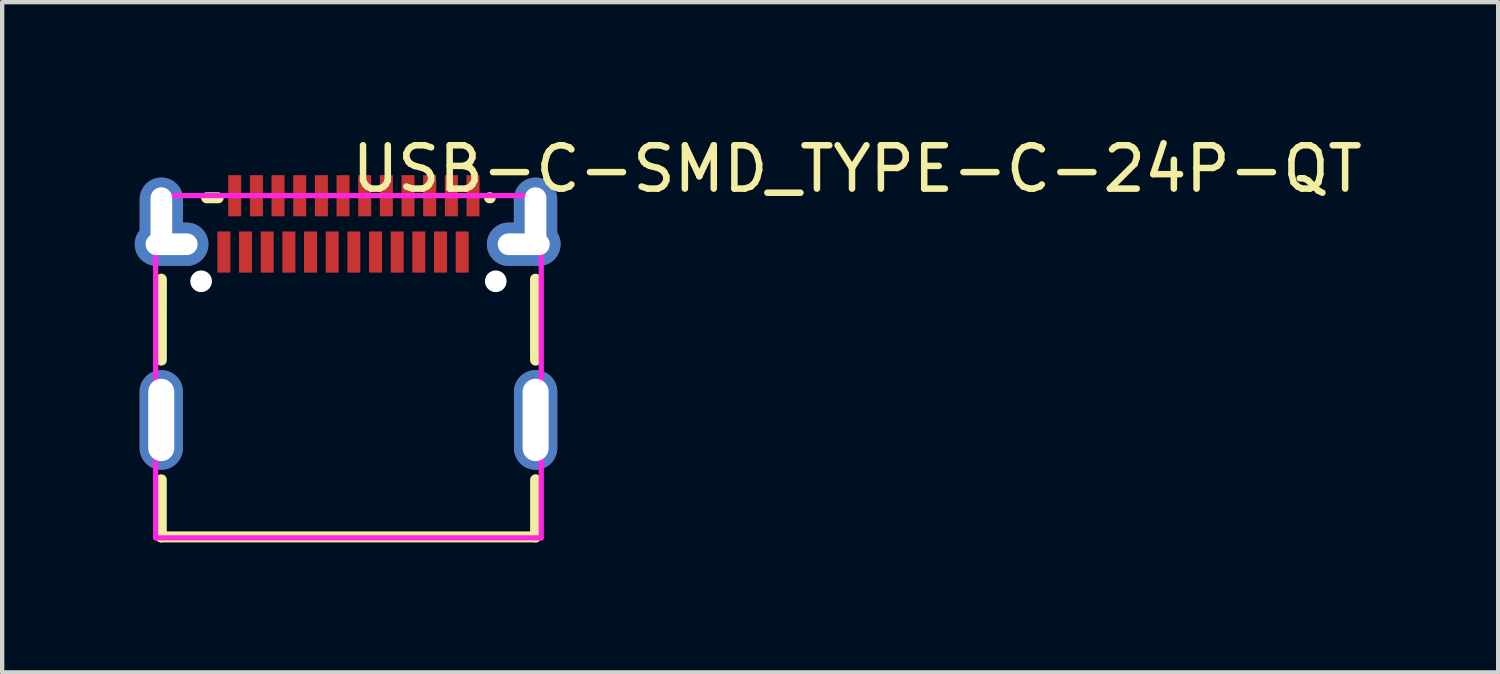
<source format=kicad_pcb>
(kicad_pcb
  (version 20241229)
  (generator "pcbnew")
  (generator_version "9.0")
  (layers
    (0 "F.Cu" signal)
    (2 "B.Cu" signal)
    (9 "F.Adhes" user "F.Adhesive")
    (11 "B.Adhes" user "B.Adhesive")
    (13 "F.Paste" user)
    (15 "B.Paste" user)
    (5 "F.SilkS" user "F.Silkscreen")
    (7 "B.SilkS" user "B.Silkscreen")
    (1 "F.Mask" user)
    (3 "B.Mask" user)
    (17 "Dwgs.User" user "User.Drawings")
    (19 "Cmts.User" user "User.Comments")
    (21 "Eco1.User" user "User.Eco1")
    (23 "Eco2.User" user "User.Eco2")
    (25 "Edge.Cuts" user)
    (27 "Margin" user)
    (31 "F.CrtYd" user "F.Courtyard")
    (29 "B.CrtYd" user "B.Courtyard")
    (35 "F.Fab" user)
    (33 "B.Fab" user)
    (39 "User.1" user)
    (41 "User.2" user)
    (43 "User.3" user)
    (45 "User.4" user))
  (footprint "USB-C-SMD_TYPE-C-24P-QT"
    (layer "F.Cu")
    (at 4.992 4.055)
    (property "Reference" "USB-C-SMD_TYPE-C-24P-QT" (at 0 -3.207 0) (layer "F.SilkS") (effects (font (size 1 1) (thickness 0.15)) (justify left)))
    (attr through_hole)
    (fp_line (start -4.32 5.287) (end -4.32 3.969) (stroke (width 0.254) (type solid)) (layer "F.SilkS"))
    (fp_line (start -4.319 1.206) (end -4.318 -0.662) (stroke (width 0.254) (type solid)) (layer "F.SilkS"))
    (fp_line (start -3.273 -2.54) (end -3.006 -2.54) (stroke (width 0.254) (type solid)) (layer "F.SilkS"))
    (fp_line (start 3.256 -2.54) (end 3.273 -2.54) (stroke (width 0.254) (type solid)) (layer "F.SilkS"))
    (fp_line (start 4.319 1.206) (end 4.318 -0.661) (stroke (width 0.254) (type solid)) (layer "F.SilkS"))
    (fp_line (start 4.32 5.287) (end -4.32 5.287) (stroke (width 0.254) (type solid)) (layer "F.SilkS"))
    (fp_line (start 4.32 5.287) (end 4.32 3.969) (stroke (width 0.254) (type solid)) (layer "F.SilkS"))
    (fp_poly (pts (xy -3.025 -1.763) (xy -2.725 -1.763) (xy -2.725 -0.813) (xy -3.025 -0.813)) (stroke (width 0.12) (type solid)) (fill yes) (layer "F.Paste"))
    (fp_poly (pts (xy -2.775 -3.063) (xy -2.475 -3.063) (xy -2.475 -2.113) (xy -2.775 -2.113)) (stroke (width 0.12) (type solid)) (fill yes) (layer "F.Paste"))
    (fp_poly (pts (xy -2.525 -1.763) (xy -2.225 -1.763) (xy -2.225 -0.813) (xy -2.525 -0.813)) (stroke (width 0.12) (type solid)) (fill yes) (layer "F.Paste"))
    (fp_poly (pts (xy -2.275 -3.063) (xy -1.975 -3.063) (xy -1.975 -2.113) (xy -2.275 -2.113)) (stroke (width 0.12) (type solid)) (fill yes) (layer "F.Paste"))
    (fp_poly (pts (xy -2.025 -1.763) (xy -1.725 -1.763) (xy -1.725 -0.813) (xy -2.025 -0.813)) (stroke (width 0.12) (type solid)) (fill yes) (layer "F.Paste"))
    (fp_poly (pts (xy -1.775 -3.063) (xy -1.475 -3.063) (xy -1.475 -2.113) (xy -1.775 -2.113)) (stroke (width 0.12) (type solid)) (fill yes) (layer "F.Paste"))
    (fp_poly (pts (xy -1.525 -1.763) (xy -1.225 -1.763) (xy -1.225 -0.813) (xy -1.525 -0.813)) (stroke (width 0.12) (type solid)) (fill yes) (layer "F.Paste"))
    (fp_poly (pts (xy -1.275 -3.063) (xy -0.975 -3.063) (xy -0.975 -2.113) (xy -1.275 -2.113)) (stroke (width 0.12) (type solid)) (fill yes) (layer "F.Paste"))
    (fp_poly (pts (xy -1.025 -1.763) (xy -0.725 -1.763) (xy -0.725 -0.813) (xy -1.025 -0.813)) (stroke (width 0.12) (type solid)) (fill yes) (layer "F.Paste"))
    (fp_poly (pts (xy -0.775 -3.063) (xy -0.475 -3.063) (xy -0.475 -2.113) (xy -0.775 -2.113)) (stroke (width 0.12) (type solid)) (fill yes) (layer "F.Paste"))
    (fp_poly (pts (xy -0.525 -1.763) (xy -0.225 -1.763) (xy -0.225 -0.813) (xy -0.525 -0.813)) (stroke (width 0.12) (type solid)) (fill yes) (layer "F.Paste"))
    (fp_poly (pts (xy -0.275 -3.063) (xy 0.025 -3.063) (xy 0.025 -2.113) (xy -0.275 -2.113)) (stroke (width 0.12) (type solid)) (fill yes) (layer "F.Paste"))
    (fp_poly (pts (xy -0.025 -1.763) (xy 0.275 -1.763) (xy 0.275 -0.813) (xy -0.025 -0.813)) (stroke (width 0.12) (type solid)) (fill yes) (layer "F.Paste"))
    (fp_poly (pts (xy 0.225 -3.063) (xy 0.525 -3.063) (xy 0.525 -2.113) (xy 0.225 -2.113)) (stroke (width 0.12) (type solid)) (fill yes) (layer "F.Paste"))
    (fp_poly (pts (xy 0.475 -1.763) (xy 0.775 -1.763) (xy 0.775 -0.813) (xy 0.475 -0.813)) (stroke (width 0.12) (type solid)) (fill yes) (layer "F.Paste"))
    (fp_poly (pts (xy 0.725 -3.063) (xy 1.025 -3.063) (xy 1.025 -2.113) (xy 0.725 -2.113)) (stroke (width 0.12) (type solid)) (fill yes) (layer "F.Paste"))
    (fp_poly (pts (xy 0.975 -1.763) (xy 1.275 -1.763) (xy 1.275 -0.813) (xy 0.975 -0.813)) (stroke (width 0.12) (type solid)) (fill yes) (layer "F.Paste"))
    (fp_poly (pts (xy 1.225 -3.063) (xy 1.525 -3.063) (xy 1.525 -2.113) (xy 1.225 -2.113)) (stroke (width 0.12) (type solid)) (fill yes) (layer "F.Paste"))
    (fp_poly (pts (xy 1.475 -1.763) (xy 1.775 -1.763) (xy 1.775 -0.813) (xy 1.475 -0.813)) (stroke (width 0.12) (type solid)) (fill yes) (layer "F.Paste"))
    (fp_poly (pts (xy 1.725 -3.063) (xy 2.025 -3.063) (xy 2.025 -2.113) (xy 1.725 -2.113)) (stroke (width 0.12) (type solid)) (fill yes) (layer "F.Paste"))
    (fp_poly (pts (xy 1.975 -1.763) (xy 2.275 -1.763) (xy 2.275 -0.813) (xy 1.975 -0.813)) (stroke (width 0.12) (type solid)) (fill yes) (layer "F.Paste"))
    (fp_poly (pts (xy 2.225 -3.063) (xy 2.525 -3.063) (xy 2.525 -2.113) (xy 2.225 -2.113)) (stroke (width 0.12) (type solid)) (fill yes) (layer "F.Paste"))
    (fp_poly (pts (xy 2.475 -1.763) (xy 2.775 -1.763) (xy 2.775 -0.813) (xy 2.475 -0.813)) (stroke (width 0.12) (type solid)) (fill yes) (layer "F.Paste"))
    (fp_poly (pts (xy 2.725 -3.063) (xy 3.025 -3.063) (xy 3.025 -2.113) (xy 2.725 -2.113)) (stroke (width 0.12) (type solid)) (fill yes) (layer "F.Paste"))
    (fp_poly (pts (xy -4.333 1.438) (xy -4.357 1.439) (xy -4.382 1.441) (xy -4.407 1.445) (xy -4.431 1.45) (xy -4.455 1.456) (xy -4.479 1.464) (xy -4.503 1.472) (xy -4.526 1.482) (xy -4.548 1.493) (xy -4.57 1.504) (xy -4.591 1.517) (xy -4.612 1.532) (xy -4.632 1.547) (xy -4.651 1.563) (xy -4.669 1.58) (xy -4.687 1.597) (xy -4.703 1.616) (xy -4.719 1.636) (xy -4.733 1.656) (xy -4.747 1.677) (xy -4.759 1.698) (xy -4.771 1.721) (xy -4.781 1.743) (xy -4.79 1.766) (xy -4.798 1.79) (xy -4.805 1.814) (xy -4.81 1.838) (xy -4.814 1.863) (xy -4.818 1.888) (xy -4.819 1.913) (xy -4.82 1.938) (xy -4.82 3.238) (xy -4.819 3.262) (xy -4.818 3.287) (xy -4.814 3.312) (xy -4.81 3.337) (xy -4.805 3.361) (xy -4.798 3.385) (xy -4.79 3.409) (xy -4.781 3.432) (xy -4.771 3.454) (xy -4.759 3.477) (xy -4.747 3.498) (xy -4.733 3.519) (xy -4.719 3.539) (xy -4.703 3.559) (xy -4.687 3.578) (xy -4.669 3.595) (xy -4.651 3.612) (xy -4.632 3.628) (xy -4.612 3.643) (xy -4.591 3.658) (xy -4.57 3.671) (xy -4.548 3.682) (xy -4.526 3.693) (xy -4.503 3.703) (xy -4.479 3.711) (xy -4.455 3.719) (xy -4.431 3.725) (xy -4.407 3.73) (xy -4.382 3.734) (xy -4.357 3.736) (xy -4.333 3.737) (xy -4.308 3.737) (xy -4.283 3.736) (xy -4.258 3.734) (xy -4.233 3.73) (xy -4.209 3.725) (xy -4.185 3.719) (xy -4.161 3.711) (xy -4.137 3.703) (xy -4.114 3.693) (xy -4.092 3.682) (xy -4.07 3.671) (xy -4.049 3.658) (xy -4.028 3.643) (xy -4.008 3.628) (xy -3.989 3.612) (xy -3.971 3.595) (xy -3.954 3.578) (xy -3.937 3.559) (xy -3.921 3.539) (xy -3.907 3.519) (xy -3.893 3.498) (xy -3.881 3.477) (xy -3.87 3.454) (xy -3.859 3.432) (xy -3.85 3.409) (xy -3.842 3.385) (xy -3.836 3.361) (xy -3.83 3.337) (xy -3.826 3.312) (xy -3.823 3.287) (xy -3.821 3.262) (xy -3.82 3.238) (xy -3.82 1.938) (xy -3.821 1.913) (xy -3.823 1.888) (xy -3.826 1.863) (xy -3.83 1.838) (xy -3.836 1.814) (xy -3.842 1.79) (xy -3.85 1.766) (xy -3.859 1.743) (xy -3.87 1.721) (xy -3.881 1.698) (xy -3.893 1.677) (xy -3.907 1.656) (xy -3.921 1.636) (xy -3.937 1.616) (xy -3.954 1.597) (xy -3.971 1.58) (xy -3.989 1.563) (xy -4.008 1.547) (xy -4.028 1.532) (xy -4.049 1.517) (xy -4.07 1.504) (xy -4.092 1.493) (xy -4.114 1.482) (xy -4.137 1.472) (xy -4.161 1.464) (xy -4.185 1.456) (xy -4.209 1.45) (xy -4.233 1.445) (xy -4.258 1.441) (xy -4.283 1.439) (xy -4.308 1.438)) (stroke (width 0.12) (type solid)) (fill yes) (layer "F.Paste"))
    (fp_poly (pts (xy 4.357 1.439) (xy 4.333 1.438) (xy 4.308 1.438) (xy 4.283 1.439) (xy 4.258 1.441) (xy 4.233 1.445) (xy 4.209 1.45) (xy 4.185 1.456) (xy 4.161 1.464) (xy 4.137 1.472) (xy 4.114 1.482) (xy 4.092 1.493) (xy 4.07 1.504) (xy 4.049 1.517) (xy 4.028 1.532) (xy 4.008 1.547) (xy 3.989 1.563) (xy 3.971 1.58) (xy 3.954 1.597) (xy 3.937 1.616) (xy 3.921 1.636) (xy 3.907 1.656) (xy 3.893 1.677) (xy 3.881 1.698) (xy 3.87 1.721) (xy 3.859 1.743) (xy 3.85 1.766) (xy 3.842 1.79) (xy 3.836 1.814) (xy 3.83 1.838) (xy 3.826 1.863) (xy 3.823 1.888) (xy 3.821 1.913) (xy 3.82 1.938) (xy 3.82 3.238) (xy 3.821 3.262) (xy 3.823 3.287) (xy 3.826 3.312) (xy 3.83 3.337) (xy 3.836 3.361) (xy 3.842 3.385) (xy 3.85 3.409) (xy 3.859 3.432) (xy 3.87 3.454) (xy 3.881 3.477) (xy 3.893 3.498) (xy 3.907 3.519) (xy 3.921 3.539) (xy 3.937 3.559) (xy 3.954 3.578) (xy 3.971 3.595) (xy 3.989 3.612) (xy 4.008 3.628) (xy 4.028 3.643) (xy 4.049 3.658) (xy 4.07 3.671) (xy 4.092 3.682) (xy 4.114 3.693) (xy 4.137 3.703) (xy 4.161 3.711) (xy 4.185 3.719) (xy 4.209 3.725) (xy 4.233 3.73) (xy 4.258 3.734) (xy 4.283 3.736) (xy 4.308 3.737) (xy 4.333 3.737) (xy 4.357 3.736) (xy 4.382 3.734) (xy 4.407 3.73) (xy 4.431 3.725) (xy 4.455 3.719) (xy 4.479 3.711) (xy 4.503 3.703) (xy 4.526 3.693) (xy 4.548 3.682) (xy 4.57 3.671) (xy 4.591 3.658) (xy 4.612 3.643) (xy 4.632 3.628) (xy 4.651 3.612) (xy 4.669 3.595) (xy 4.687 3.578) (xy 4.703 3.559) (xy 4.719 3.539) (xy 4.733 3.519) (xy 4.747 3.498) (xy 4.759 3.477) (xy 4.771 3.454) (xy 4.781 3.432) (xy 4.79 3.409) (xy 4.798 3.385) (xy 4.805 3.361) (xy 4.81 3.337) (xy 4.814 3.312) (xy 4.818 3.287) (xy 4.819 3.262) (xy 4.82 3.238) (xy 4.82 1.938) (xy 4.819 1.913) (xy 4.818 1.888) (xy 4.814 1.863) (xy 4.81 1.838) (xy 4.805 1.814) (xy 4.798 1.79) (xy 4.79 1.766) (xy 4.781 1.743) (xy 4.771 1.721) (xy 4.759 1.698) (xy 4.747 1.677) (xy 4.733 1.656) (xy 4.719 1.636) (xy 4.703 1.616) (xy 4.687 1.597) (xy 4.669 1.58) (xy 4.651 1.563) (xy 4.632 1.547) (xy 4.612 1.532) (xy 4.591 1.517) (xy 4.57 1.504) (xy 4.548 1.493) (xy 4.526 1.482) (xy 4.503 1.472) (xy 4.479 1.464) (xy 4.455 1.456) (xy 4.431 1.45) (xy 4.407 1.445) (xy 4.382 1.441)) (stroke (width 0.12) (type solid)) (fill yes) (layer "F.Paste"))
    (fp_poly (pts (xy 4.355 -3.006) (xy 4.33 -3.007) (xy 4.306 -3.007) (xy 4.281 -3.006) (xy 4.256 -3.003) (xy 4.231 -2.999) (xy 4.207 -2.994) (xy 4.183 -2.988) (xy 4.159 -2.981) (xy 4.135 -2.972) (xy 4.112 -2.963) (xy 4.09 -2.952) (xy 4.068 -2.94) (xy 4.047 -2.927) (xy 4.026 -2.913) (xy 4.006 -2.898) (xy 3.987 -2.882) (xy 3.969 -2.865) (xy 3.951 -2.847) (xy 3.935 -2.828) (xy 3.919 -2.809) (xy 3.905 -2.789) (xy 3.891 -2.768) (xy 3.879 -2.746) (xy 3.868 -2.724) (xy 3.857 -2.701) (xy 3.848 -2.678) (xy 3.84 -2.654) (xy 3.833 -2.63) (xy 3.828 -2.606) (xy 3.824 -2.582) (xy 3.82 -2.557) (xy 3.819 -2.532) (xy 3.818 -2.507) (xy 3.818 -1.968) (xy 3.696 -1.968) (xy 3.671 -1.968) (xy 3.646 -1.966) (xy 3.622 -1.963) (xy 3.597 -1.958) (xy 3.573 -1.953) (xy 3.549 -1.946) (xy 3.525 -1.938) (xy 3.502 -1.929) (xy 3.479 -1.919) (xy 3.457 -1.907) (xy 3.436 -1.895) (xy 3.415 -1.881) (xy 3.394 -1.867) (xy 3.375 -1.851) (xy 3.356 -1.835) (xy 3.338 -1.817) (xy 3.321 -1.799) (xy 3.305 -1.78) (xy 3.29 -1.76) (xy 3.276 -1.739) (xy 3.263 -1.718) (xy 3.251 -1.696) (xy 3.24 -1.674) (xy 3.231 -1.651) (xy 3.222 -1.627) (xy 3.215 -1.604) (xy 3.209 -1.579) (xy 3.204 -1.555) (xy 3.2 -1.53) (xy 3.198 -1.505) (xy 3.196 -1.481) (xy 3.196 -1.456) (xy 3.198 -1.431) (xy 3.2 -1.406) (xy 3.204 -1.381) (xy 3.209 -1.357) (xy 3.215 -1.333) (xy 3.222 -1.309) (xy 3.231 -1.285) (xy 3.24 -1.262) (xy 3.251 -1.24) (xy 3.263 -1.218) (xy 3.276 -1.197) (xy 3.29 -1.176) (xy 3.305 -1.156) (xy 3.321 -1.137) (xy 3.338 -1.119) (xy 3.356 -1.102) (xy 3.375 -1.085) (xy 3.394 -1.07) (xy 3.415 -1.055) (xy 3.436 -1.041) (xy 3.457 -1.029) (xy 3.479 -1.018) (xy 3.502 -1.007) (xy 3.525 -0.998) (xy 3.549 -0.99) (xy 3.573 -0.984) (xy 3.597 -0.978) (xy 3.622 -0.974) (xy 3.646 -0.971) (xy 3.671 -0.969) (xy 3.696 -0.968) (xy 4.396 -0.968) (xy 4.421 -0.969) (xy 4.446 -0.971) (xy 4.471 -0.974) (xy 4.495 -0.978) (xy 4.52 -0.984) (xy 4.544 -0.99) (xy 4.567 -0.998) (xy 4.59 -1.007) (xy 4.613 -1.018) (xy 4.635 -1.029) (xy 4.657 -1.041) (xy 4.678 -1.055) (xy 4.698 -1.07) (xy 4.718 -1.085) (xy 4.736 -1.102) (xy 4.754 -1.119) (xy 4.771 -1.137) (xy 4.787 -1.156) (xy 4.802 -1.176) (xy 4.816 -1.197) (xy 4.829 -1.218) (xy 4.841 -1.24) (xy 4.852 -1.262) (xy 4.862 -1.285) (xy 4.87 -1.309) (xy 4.878 -1.333) (xy 4.884 -1.357) (xy 4.889 -1.381) (xy 4.892 -1.406) (xy 4.895 -1.431) (xy 4.896 -1.456) (xy 4.896 -1.481) (xy 4.895 -1.505) (xy 4.892 -1.53) (xy 4.889 -1.555) (xy 4.884 -1.579) (xy 4.878 -1.604) (xy 4.87 -1.627) (xy 4.862 -1.651) (xy 4.852 -1.674) (xy 4.841 -1.696) (xy 4.829 -1.718) (xy 4.818 -1.737) (xy 4.818 -2.507) (xy 4.817 -2.532) (xy 4.816 -2.557) (xy 4.812 -2.582) (xy 4.808 -2.606) (xy 4.803 -2.63) (xy 4.796 -2.654) (xy 4.788 -2.678) (xy 4.779 -2.701) (xy 4.768 -2.724) (xy 4.757 -2.746) (xy 4.745 -2.768) (xy 4.731 -2.789) (xy 4.717 -2.809) (xy 4.701 -2.828) (xy 4.685 -2.847) (xy 4.667 -2.865) (xy 4.649 -2.882) (xy 4.63 -2.898) (xy 4.61 -2.913) (xy 4.589 -2.927) (xy 4.568 -2.94) (xy 4.546 -2.952) (xy 4.524 -2.963) (xy 4.501 -2.972) (xy 4.477 -2.981) (xy 4.453 -2.988) (xy 4.429 -2.994) (xy 4.405 -2.999) (xy 4.38 -3.003)) (stroke (width 0.12) (type solid)) (fill yes) (layer "F.Paste"))
    (fp_poly (pts (xy -4.281 -3.006) (xy -4.306 -3.007) (xy -4.33 -3.007) (xy -4.355 -3.006) (xy -4.38 -3.003) (xy -4.405 -2.999) (xy -4.429 -2.994) (xy -4.453 -2.988) (xy -4.477 -2.981) (xy -4.501 -2.972) (xy -4.524 -2.963) (xy -4.546 -2.952) (xy -4.568 -2.94) (xy -4.589 -2.927) (xy -4.61 -2.913) (xy -4.63 -2.898) (xy -4.649 -2.882) (xy -4.667 -2.865) (xy -4.685 -2.847) (xy -4.701 -2.828) (xy -4.717 -2.809) (xy -4.731 -2.789) (xy -4.745 -2.768) (xy -4.757 -2.746) (xy -4.768 -2.724) (xy -4.779 -2.701) (xy -4.788 -2.678) (xy -4.796 -2.654) (xy -4.803 -2.63) (xy -4.808 -2.606) (xy -4.812 -2.582) (xy -4.816 -2.557) (xy -4.817 -2.532) (xy -4.818 -2.507) (xy -4.818 -1.785) (xy -4.823 -1.78) (xy -4.838 -1.76) (xy -4.852 -1.739) (xy -4.865 -1.718) (xy -4.877 -1.696) (xy -4.888 -1.674) (xy -4.897 -1.651) (xy -4.906 -1.627) (xy -4.913 -1.604) (xy -4.919 -1.579) (xy -4.924 -1.555) (xy -4.928 -1.53) (xy -4.93 -1.505) (xy -4.932 -1.481) (xy -4.932 -1.456) (xy -4.93 -1.431) (xy -4.928 -1.406) (xy -4.924 -1.381) (xy -4.919 -1.357) (xy -4.913 -1.333) (xy -4.906 -1.309) (xy -4.897 -1.285) (xy -4.888 -1.262) (xy -4.877 -1.24) (xy -4.865 -1.218) (xy -4.852 -1.197) (xy -4.838 -1.176) (xy -4.823 -1.156) (xy -4.807 -1.137) (xy -4.79 -1.119) (xy -4.772 -1.102) (xy -4.753 -1.085) (xy -4.734 -1.07) (xy -4.713 -1.055) (xy -4.692 -1.041) (xy -4.671 -1.029) (xy -4.649 -1.018) (xy -4.626 -1.007) (xy -4.603 -0.998) (xy -4.579 -0.99) (xy -4.555 -0.984) (xy -4.531 -0.978) (xy -4.506 -0.974) (xy -4.482 -0.971) (xy -4.457 -0.969) (xy -4.432 -0.968) (xy -3.732 -0.968) (xy -3.707 -0.969) (xy -3.682 -0.971) (xy -3.657 -0.974) (xy -3.633 -0.978) (xy -3.608 -0.984) (xy -3.584 -0.99) (xy -3.561 -0.998) (xy -3.538 -1.007) (xy -3.515 -1.018) (xy -3.493 -1.029) (xy -3.471 -1.041) (xy -3.45 -1.055) (xy -3.43 -1.07) (xy -3.41 -1.085) (xy -3.392 -1.102) (xy -3.374 -1.119) (xy -3.357 -1.137) (xy -3.341 -1.156) (xy -3.326 -1.176) (xy -3.312 -1.197) (xy -3.299 -1.218) (xy -3.287 -1.24) (xy -3.276 -1.262) (xy -3.266 -1.285) (xy -3.258 -1.309) (xy -3.25 -1.333) (xy -3.244 -1.357) (xy -3.239 -1.381) (xy -3.236 -1.406) (xy -3.233 -1.431) (xy -3.232 -1.456) (xy -3.232 -1.481) (xy -3.233 -1.505) (xy -3.236 -1.53) (xy -3.239 -1.555) (xy -3.244 -1.579) (xy -3.25 -1.604) (xy -3.258 -1.627) (xy -3.266 -1.651) (xy -3.276 -1.674) (xy -3.287 -1.696) (xy -3.299 -1.718) (xy -3.312 -1.739) (xy -3.326 -1.76) (xy -3.341 -1.78) (xy -3.357 -1.799) (xy -3.374 -1.817) (xy -3.392 -1.835) (xy -3.41 -1.851) (xy -3.43 -1.867) (xy -3.45 -1.881) (xy -3.471 -1.895) (xy -3.493 -1.907) (xy -3.515 -1.919) (xy -3.538 -1.929) (xy -3.561 -1.938) (xy -3.584 -1.946) (xy -3.608 -1.953) (xy -3.633 -1.958) (xy -3.657 -1.963) (xy -3.682 -1.966) (xy -3.707 -1.968) (xy -3.732 -1.968) (xy -3.818 -1.968) (xy -3.818 -2.507) (xy -3.819 -2.532) (xy -3.82 -2.557) (xy -3.824 -2.582) (xy -3.828 -2.606) (xy -3.833 -2.63) (xy -3.84 -2.654) (xy -3.848 -2.678) (xy -3.857 -2.701) (xy -3.868 -2.724) (xy -3.879 -2.746) (xy -3.891 -2.768) (xy -3.905 -2.789) (xy -3.919 -2.809) (xy -3.935 -2.828) (xy -3.951 -2.847) (xy -3.969 -2.865) (xy -3.987 -2.882) (xy -4.006 -2.898) (xy -4.026 -2.913) (xy -4.047 -2.927) (xy -4.068 -2.94) (xy -4.09 -2.952) (xy -4.112 -2.963) (xy -4.135 -2.972) (xy -4.159 -2.981) (xy -4.183 -2.988) (xy -4.207 -2.994) (xy -4.231 -2.999) (xy -4.256 -3.003)) (stroke (width 0.12) (type solid)) (fill yes) (layer "F.Paste"))
    (fp_circle (center -3.4 -0.613) (end -3.3 -0.613) (stroke (width 0.2) (type solid)) (fill no) (layer "Dwgs.User"))
    (fp_circle (center 3.4 -0.613) (end 3.5 -0.613) (stroke (width 0.2) (type solid)) (fill no) (layer "Dwgs.User"))
    (fp_circle (center -4.729 -3.038) (end -4.699 -3.038) (stroke (width 0.06) (type solid)) (fill no) (layer "Eco2.User"))
    (fp_poly (pts (xy -4.42 -2.613) (xy -4.22 -2.613) (xy -4.22 -1.313) (xy -4.42 -1.313)) (stroke (width 0.12) (type solid)) (fill no) (layer "Eco2.User"))
    (fp_poly (pts (xy -4.42 1.837) (xy -4.22 1.837) (xy -4.22 3.338) (xy -4.42 3.338)) (stroke (width 0.12) (type solid)) (fill no) (layer "Eco2.User"))
    (fp_poly (pts (xy -3.6 -1.563) (xy -3.6 -1.363) (xy -4.42 -1.363) (xy -4.42 -1.563)) (stroke (width 0.12) (type solid)) (fill no) (layer "Eco2.User"))
    (fp_poly (pts (xy -2.975 -1.738) (xy -2.775 -1.738) (xy -2.775 -0.838) (xy -2.975 -0.838)) (stroke (width 0.12) (type solid)) (fill no) (layer "Eco2.User"))
    (fp_poly (pts (xy -2.725 -3.038) (xy -2.525 -3.038) (xy -2.525 -2.137) (xy -2.725 -2.137)) (stroke (width 0.12) (type solid)) (fill no) (layer "Eco2.User"))
    (fp_poly (pts (xy -2.475 -1.738) (xy -2.275 -1.738) (xy -2.275 -0.838) (xy -2.475 -0.838)) (stroke (width 0.12) (type solid)) (fill no) (layer "Eco2.User"))
    (fp_poly (pts (xy -2.225 -3.038) (xy -2.025 -3.038) (xy -2.025 -2.137) (xy -2.225 -2.137)) (stroke (width 0.12) (type solid)) (fill no) (layer "Eco2.User"))
    (fp_poly (pts (xy -1.975 -1.738) (xy -1.775 -1.738) (xy -1.775 -0.838) (xy -1.975 -0.838)) (stroke (width 0.12) (type solid)) (fill no) (layer "Eco2.User"))
    (fp_poly (pts (xy -1.725 -3.038) (xy -1.525 -3.038) (xy -1.525 -2.137) (xy -1.725 -2.137)) (stroke (width 0.12) (type solid)) (fill no) (layer "Eco2.User"))
    (fp_poly (pts (xy -1.475 -1.738) (xy -1.275 -1.738) (xy -1.275 -0.838) (xy -1.475 -0.838)) (stroke (width 0.12) (type solid)) (fill no) (layer "Eco2.User"))
    (fp_poly (pts (xy -1.225 -3.038) (xy -1.025 -3.038) (xy -1.025 -2.137) (xy -1.225 -2.137)) (stroke (width 0.12) (type solid)) (fill no) (layer "Eco2.User"))
    (fp_poly (pts (xy -0.975 -1.738) (xy -0.775 -1.738) (xy -0.775 -0.838) (xy -0.975 -0.838)) (stroke (width 0.12) (type solid)) (fill no) (layer "Eco2.User"))
    (fp_poly (pts (xy -0.725 -3.038) (xy -0.525 -3.038) (xy -0.525 -2.137) (xy -0.725 -2.137)) (stroke (width 0.12) (type solid)) (fill no) (layer "Eco2.User"))
    (fp_poly (pts (xy -0.475 -1.738) (xy -0.275 -1.738) (xy -0.275 -0.838) (xy -0.475 -0.838)) (stroke (width 0.12) (type solid)) (fill no) (layer "Eco2.User"))
    (fp_poly (pts (xy -0.225 -3.038) (xy -0.025 -3.038) (xy -0.025 -2.137) (xy -0.225 -2.137)) (stroke (width 0.12) (type solid)) (fill no) (layer "Eco2.User"))
    (fp_poly (pts (xy 0.025 -1.738) (xy 0.225 -1.738) (xy 0.225 -0.838) (xy 0.025 -0.838)) (stroke (width 0.12) (type solid)) (fill no) (layer "Eco2.User"))
    (fp_poly (pts (xy 0.275 -3.038) (xy 0.475 -3.038) (xy 0.475 -2.137) (xy 0.275 -2.137)) (stroke (width 0.12) (type solid)) (fill no) (layer "Eco2.User"))
    (fp_poly (pts (xy 0.525 -1.738) (xy 0.725 -1.738) (xy 0.725 -0.838) (xy 0.525 -0.838)) (stroke (width 0.12) (type solid)) (fill no) (layer "Eco2.User"))
    (fp_poly (pts (xy 0.775 -3.038) (xy 0.975 -3.038) (xy 0.975 -2.137) (xy 0.775 -2.137)) (stroke (width 0.12) (type solid)) (fill no) (layer "Eco2.User"))
    (fp_poly (pts (xy 1.025 -1.738) (xy 1.225 -1.738) (xy 1.225 -0.838) (xy 1.025 -0.838)) (stroke (width 0.12) (type solid)) (fill no) (layer "Eco2.User"))
    (fp_poly (pts (xy 1.275 -3.038) (xy 1.475 -3.038) (xy 1.475 -2.137) (xy 1.275 -2.137)) (stroke (width 0.12) (type solid)) (fill no) (layer "Eco2.User"))
    (fp_poly (pts (xy 1.525 -1.738) (xy 1.725 -1.738) (xy 1.725 -0.838) (xy 1.525 -0.838)) (stroke (width 0.12) (type solid)) (fill no) (layer "Eco2.User"))
    (fp_poly (pts (xy 1.775 -3.038) (xy 1.975 -3.038) (xy 1.975 -2.137) (xy 1.775 -2.137)) (stroke (width 0.12) (type solid)) (fill no) (layer "Eco2.User"))
    (fp_poly (pts (xy 2.025 -1.738) (xy 2.225 -1.738) (xy 2.225 -0.838) (xy 2.025 -0.838)) (stroke (width 0.12) (type solid)) (fill no) (layer "Eco2.User"))
    (fp_poly (pts (xy 2.275 -3.038) (xy 2.475 -3.038) (xy 2.475 -2.137) (xy 2.275 -2.137)) (stroke (width 0.12) (type solid)) (fill no) (layer "Eco2.User"))
    (fp_poly (pts (xy 2.525 -1.738) (xy 2.725 -1.738) (xy 2.725 -0.838) (xy 2.525 -0.838)) (stroke (width 0.12) (type solid)) (fill no) (layer "Eco2.User"))
    (fp_poly (pts (xy 2.775 -3.038) (xy 2.975 -3.038) (xy 2.975 -2.137) (xy 2.775 -2.137)) (stroke (width 0.12) (type solid)) (fill no) (layer "Eco2.User"))
    (fp_poly (pts (xy 4.22 -2.613) (xy 4.42 -2.613) (xy 4.42 -1.313) (xy 4.22 -1.313)) (stroke (width 0.12) (type solid)) (fill no) (layer "Eco2.User"))
    (fp_poly (pts (xy 4.22 1.837) (xy 4.42 1.837) (xy 4.42 3.338) (xy 4.22 3.338)) (stroke (width 0.12) (type solid)) (fill no) (layer "Eco2.User"))
    (fp_poly (pts (xy 4.42 -1.563) (xy 4.42 -1.363) (xy 3.6 -1.363) (xy 3.6 -1.563)) (stroke (width 0.12) (type solid)) (fill no) (layer "Eco2.User"))
    (fp_line (start -4.45 -2.591) (end 4.45 -2.591) (stroke (width 0.12) (type solid)) (layer "F.CrtYd"))
    (fp_line (start -4.45 5.309) (end -4.45 -2.591) (stroke (width 0.12) (type solid)) (layer "F.CrtYd"))
    (fp_line (start 4.45 -2.591) (end 4.45 5.309) (stroke (width 0.12) (type solid)) (layer "F.CrtYd"))
    (fp_line (start 4.45 5.309) (end -4.45 5.309) (stroke (width 0.12) (type solid)) (layer "F.CrtYd"))
    (pad "" np_thru_hole circle (at -3.4 -0.613) (size 0.5 0.5) (drill 0.5) (layers "*.Cu" "*.Mask"))
    (pad "" np_thru_hole circle (at 3.4 -0.613) (size 0.5 0.5) (drill 0.5) (layers "*.Cu" "*.Mask"))
    (pad "3" thru_hole oval (at 4.32 2.587) (size 1 2.3) (drill oval 0.6 1.9) (layers "*.Cu" "*.Mask"))
    (pad "4" thru_hole oval (at -4.32 2.587) (size 1 2.3) (drill oval 0.6 1.9) (layers "*.Cu" "*.Mask"))
    (pad "25" thru_hole oval (at -4.318 -2.032) (size 1 1.95) (drill oval 0.5 1.5) (layers "*.Cu" "*.Mask"))
    (pad "25" thru_hole oval (at -4.082 -1.468 90) (size 1 1.7) (drill oval 0.5 1.2) (layers "*.Cu" "*.Mask"))
    (pad "25" thru_hole oval (at 4.046 -1.468 90) (size 1 1.7) (drill oval 0.5 1.2) (layers "*.Cu" "*.Mask"))
    (pad "25" thru_hole oval (at 4.318 -2.032) (size 1 1.95) (drill oval 0.5 1.5) (layers "*.Cu" "*.Mask"))
    (pad "A1" smd rect (at -2.625 -2.587) (size 0.3 0.95) (layers "F.Cu" "F.Mask" "F.Paste"))
    (pad "A2" smd rect (at -2.125 -2.587) (size 0.3 0.95) (layers "F.Cu" "F.Mask" "F.Paste"))
    (pad "A3" smd rect (at -1.625 -2.587) (size 0.3 0.95) (layers "F.Cu" "F.Mask" "F.Paste"))
    (pad "A4" smd rect (at -1.125 -2.587) (size 0.3 0.95) (layers "F.Cu" "F.Mask" "F.Paste"))
    (pad "A5" smd rect (at -0.625 -2.587) (size 0.3 0.95) (layers "F.Cu" "F.Mask" "F.Paste"))
    (pad "A6" smd rect (at -0.125 -2.587) (size 0.3 0.95) (layers "F.Cu" "F.Mask" "F.Paste"))
    (pad "A7" smd rect (at 0.375 -2.587) (size 0.3 0.95) (layers "F.Cu" "F.Mask" "F.Paste"))
    (pad "A8" smd rect (at 0.875 -2.587) (size 0.3 0.95) (layers "F.Cu" "F.Mask" "F.Paste"))
    (pad "A9" smd rect (at 1.375 -2.587) (size 0.3 0.95) (layers "F.Cu" "F.Mask" "F.Paste"))
    (pad "A10" smd rect (at 1.875 -2.587) (size 0.3 0.95) (layers "F.Cu" "F.Mask" "F.Paste"))
    (pad "A11" smd rect (at 2.375 -2.587) (size 0.3 0.95) (layers "F.Cu" "F.Mask" "F.Paste"))
    (pad "A12" smd rect (at 2.875 -2.587) (size 0.3 0.95) (layers "F.Cu" "F.Mask" "F.Paste"))
    (pad "B1" smd rect (at 2.625 -1.288) (size 0.3 0.95) (layers "F.Cu" "F.Mask" "F.Paste"))
    (pad "B2" smd rect (at 2.125 -1.288) (size 0.3 0.95) (layers "F.Cu" "F.Mask" "F.Paste"))
    (pad "B3" smd rect (at 1.625 -1.288) (size 0.3 0.95) (layers "F.Cu" "F.Mask" "F.Paste"))
    (pad "B4" smd rect (at 1.125 -1.288) (size 0.3 0.95) (layers "F.Cu" "F.Mask" "F.Paste"))
    (pad "B5" smd rect (at 0.625 -1.288) (size 0.3 0.95) (layers "F.Cu" "F.Mask" "F.Paste"))
    (pad "B6" smd rect (at 0.125 -1.288) (size 0.3 0.95) (layers "F.Cu" "F.Mask" "F.Paste"))
    (pad "B7" smd rect (at -0.375 -1.288) (size 0.3 0.95) (layers "F.Cu" "F.Mask" "F.Paste"))
    (pad "B8" smd rect (at -0.875 -1.288) (size 0.3 0.95) (layers "F.Cu" "F.Mask" "F.Paste"))
    (pad "B9" smd rect (at -1.375 -1.288) (size 0.3 0.95) (layers "F.Cu" "F.Mask" "F.Paste"))
    (pad "B10" smd rect (at -1.875 -1.288) (size 0.3 0.95) (layers "F.Cu" "F.Mask" "F.Paste"))
    (pad "B11" smd rect (at -2.375 -1.288) (size 0.3 0.95) (layers "F.Cu" "F.Mask" "F.Paste"))
    (pad "B12" smd rect (at -2.875 -1.288) (size 0.3 0.95) (layers "F.Cu" "F.Mask" "F.Paste")))
  (gr_rect
    (start -3 -3)
    (end 31.528 12.469)
    (stroke (width 0.1) (type default))
    (fill no)
    (layer "Edge.Cuts")))
</source>
